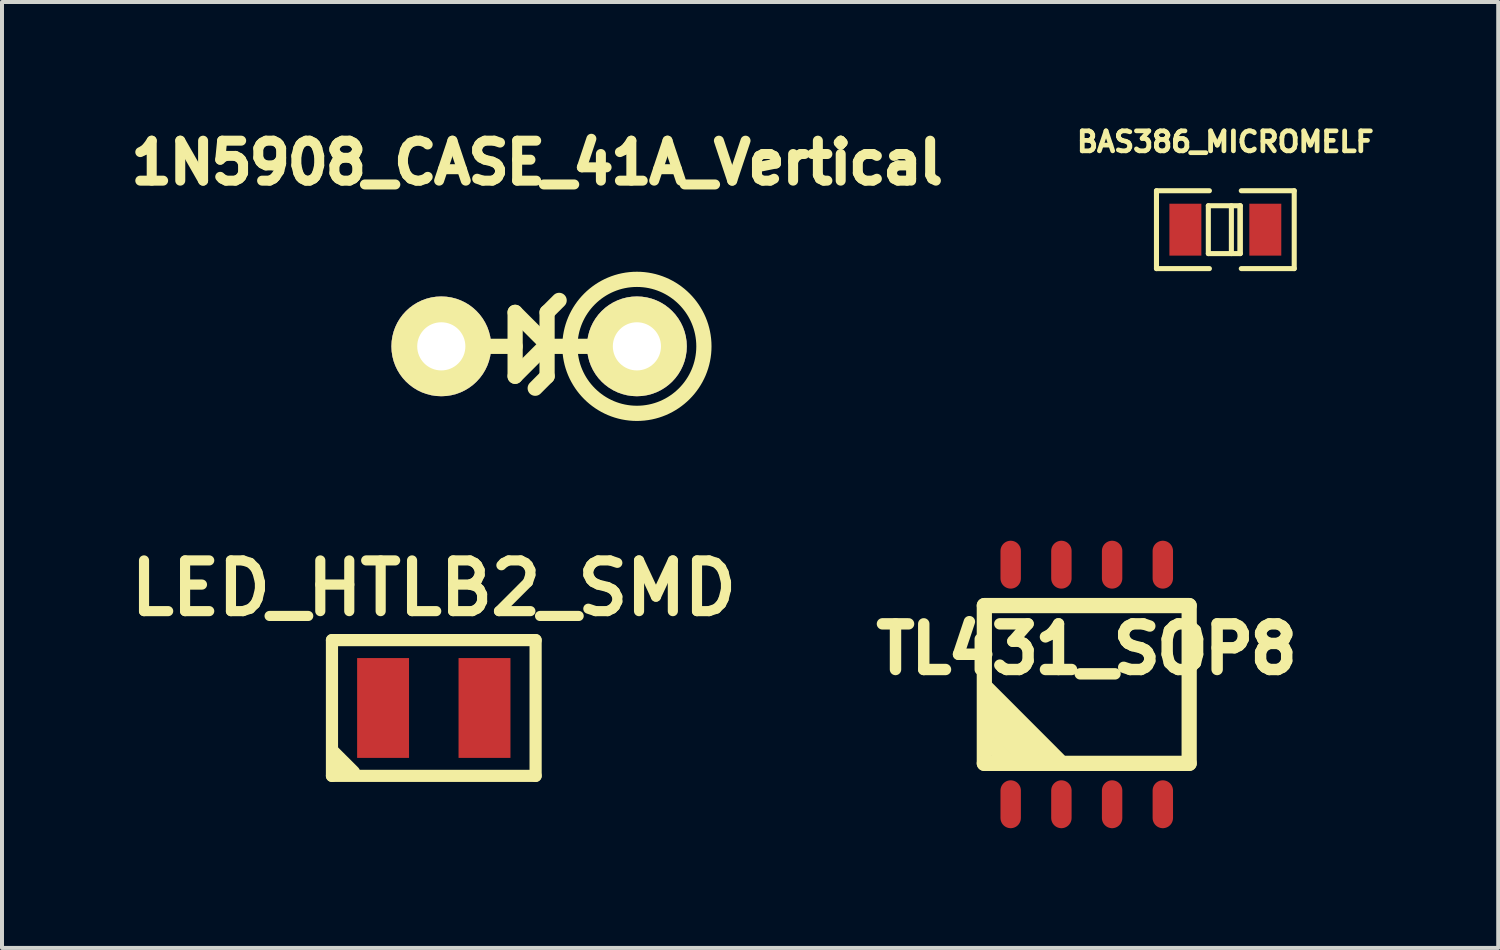
<source format=kicad_pcb>
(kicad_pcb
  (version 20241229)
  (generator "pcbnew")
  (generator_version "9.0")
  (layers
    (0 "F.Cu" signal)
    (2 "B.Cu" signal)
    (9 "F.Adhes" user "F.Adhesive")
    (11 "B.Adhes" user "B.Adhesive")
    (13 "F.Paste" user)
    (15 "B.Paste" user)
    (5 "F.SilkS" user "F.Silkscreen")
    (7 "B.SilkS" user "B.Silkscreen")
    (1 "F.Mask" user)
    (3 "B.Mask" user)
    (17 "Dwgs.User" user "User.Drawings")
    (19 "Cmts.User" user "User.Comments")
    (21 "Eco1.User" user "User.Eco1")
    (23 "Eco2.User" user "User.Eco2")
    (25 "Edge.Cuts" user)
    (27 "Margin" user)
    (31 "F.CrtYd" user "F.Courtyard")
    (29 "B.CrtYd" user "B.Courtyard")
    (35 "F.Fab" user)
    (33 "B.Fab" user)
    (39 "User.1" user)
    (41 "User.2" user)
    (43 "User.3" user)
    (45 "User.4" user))
  (footprint "LED_HTLB2_SMD"
    (layer "F.Cu")
    (at 7.814 14.681)
    (property "Reference" "LED_HTLB2_SMD" (at 0 -3 0) (layer "F.SilkS") (effects (font (size 1.27 1.27) (thickness 0.254))))
    (attr through_hole)
    (fp_line (start -2.55 -1.7) (end -2.55 1.7) (stroke (width 0.305) (type solid)) (layer "F.SilkS"))
    (fp_line (start -2.55 1.7) (end 2.55 1.7) (stroke (width 0.305) (type solid)) (layer "F.SilkS"))
    (fp_line (start -2.5 1.1) (end -2 1.6) (stroke (width 0.305) (type solid)) (layer "F.SilkS"))
    (fp_line (start -2.5 1.4) (end -2.3 1.6) (stroke (width 0.305) (type solid)) (layer "F.SilkS"))
    (fp_line (start 2.55 -1.7) (end -2.55 -1.7) (stroke (width 0.305) (type solid)) (layer "F.SilkS"))
    (fp_line (start 2.55 1.7) (end 2.55 -1.7) (stroke (width 0.305) (type solid)) (layer "F.SilkS"))
    (pad "1" smd rect (at -1.27 0) (size 1.3 2.5) (layers "F.Cu" "F.Mask" "F.Paste"))
    (pad "2" smd rect (at 1.27 0) (size 1.3 2.5) (layers "F.Cu" "F.Mask" "F.Paste")))
  (footprint "1N5908_CASE_41A_Vertical"
    (layer "F.Cu")
    (at 10.402 5.624)
    (property "Reference" "1N5908_CASE_41A_Vertical" (at 0 -4.6 0) (layer "F.SilkS") (effects (font (size 1.001 1.001) (thickness 0.251))))
    (attr through_hole)
    (fp_line (start -0.65 0) (end -2.4 0) (stroke (width 0.381) (type solid)) (layer "F.SilkS"))
    (fp_line (start -0.551 -0.851) (end 0.249 -0.051) (stroke (width 0.381) (type solid)) (layer "F.SilkS"))
    (fp_line (start -0.551 0) (end -0.551 -0.851) (stroke (width 0.381) (type solid)) (layer "F.SilkS"))
    (fp_line (start -0.551 0.749) (end -0.551 0) (stroke (width 0.381) (type solid)) (layer "F.SilkS"))
    (fp_line (start 0.249 -0.851) (end 0.249 0.749) (stroke (width 0.381) (type solid)) (layer "F.SilkS"))
    (fp_line (start 0.249 -0.051) (end -0.551 0.749) (stroke (width 0.381) (type solid)) (layer "F.SilkS"))
    (fp_line (start 0.249 0) (end 2.499 0) (stroke (width 0.381) (type solid)) (layer "F.SilkS"))
    (fp_line (start 0.251 0.749) (end -0.048 1.049) (stroke (width 0.381) (type solid)) (layer "F.SilkS"))
    (fp_line (start 0.551 -1.151) (end 0.251 -0.851) (stroke (width 0.381) (type solid)) (layer "F.SilkS"))
    (fp_circle (center 2.499 0) (end 3.249 1.501) (stroke (width 0.381) (type solid)) (fill no) (layer "F.SilkS"))
    (pad "1" thru_hole circle (at -2.4 0) (size 2.499 2.499) (drill 1.206) (layers "*.Cu" "*.Mask" "F.SilkS"))
    (pad "2" thru_hole circle (at 2.499 0) (size 2.499 2.499) (drill 1.206) (layers "*.Cu" "*.Mask" "F.SilkS")))
  (footprint "BAS386_MICROMELF"
    (layer "F.Cu")
    (at 27.638 2.702)
    (property "Reference" "BAS386_MICROMELF" (at 0 -2.2 0) (layer "F.SilkS") (effects (font (size 0.5 0.5) (thickness 0.119))))
    (attr through_hole)
    (fp_line (start -1.725 -0.975) (end -1.725 0.975) (stroke (width 0.127) (type solid)) (layer "F.SilkS"))
    (fp_line (start -1.725 -0.975) (end -0.399 -0.975) (stroke (width 0.127) (type solid)) (layer "F.SilkS"))
    (fp_line (start -1.725 0.975) (end -0.399 0.975) (stroke (width 0.127) (type solid)) (layer "F.SilkS"))
    (fp_line (start -0.426 -0.599) (end -0.426 0.599) (stroke (width 0.127) (type solid)) (layer "F.SilkS"))
    (fp_line (start -0.426 0.599) (end 0.374 0.599) (stroke (width 0.127) (type solid)) (layer "F.SilkS"))
    (fp_line (start 0.151 -0.599) (end 0.151 0.599) (stroke (width 0.127) (type solid)) (layer "F.SilkS"))
    (fp_line (start 0.367 -0.597) (end 0.367 0.597) (stroke (width 0.127) (type solid)) (layer "F.SilkS"))
    (fp_line (start 0.374 -0.599) (end -0.426 -0.599) (stroke (width 0.127) (type solid)) (layer "F.SilkS"))
    (fp_line (start 0.374 0.599) (end 0.374 -0.599) (stroke (width 0.127) (type solid)) (layer "F.SilkS"))
    (fp_line (start 1.725 -0.975) (end 0.399 -0.975) (stroke (width 0.127) (type solid)) (layer "F.SilkS"))
    (fp_line (start 1.725 -0.975) (end 1.725 0.975) (stroke (width 0.127) (type solid)) (layer "F.SilkS"))
    (fp_line (start 1.725 0.975) (end 0.399 0.975) (stroke (width 0.127) (type solid)) (layer "F.SilkS"))
    (pad "1" smd rect (at -1.001 0) (size 0.8 1.3) (layers "F.Cu" "F.Mask" "F.Paste"))
    (pad "2" smd rect (at 1.001 0) (size 0.8 1.3) (layers "F.Cu" "F.Mask" "F.Paste")))
  (footprint "TL431_SOP8"
    (layer "F.Cu")
    (at 24.167 14.092)
    (property "Reference" "TL431_SOP8" (at 0 -0.889 0) (layer "F.SilkS") (effects (font (size 1.143 1.143) (thickness 0.287))))
    (attr smd)
    (fp_line (start -2.565 -1.976) (end -2.565 1.976) (stroke (width 0.381) (type solid)) (layer "F.SilkS"))
    (fp_line (start -2.565 1.976) (end 2.565 1.976) (stroke (width 0.381) (type solid)) (layer "F.SilkS"))
    (fp_line (start -2.499 0.099) (end -0.701 1.9) (stroke (width 0.381) (type solid)) (layer "F.SilkS"))
    (fp_line (start -2.499 0.399) (end -1.001 1.9) (stroke (width 0.381) (type solid)) (layer "F.SilkS"))
    (fp_line (start -2.499 0.701) (end -1.4 1.801) (stroke (width 0.381) (type solid)) (layer "F.SilkS"))
    (fp_line (start -2.499 1.1) (end -1.699 1.9) (stroke (width 0.381) (type solid)) (layer "F.SilkS"))
    (fp_line (start -2.499 1.4) (end -1.999 1.9) (stroke (width 0.381) (type solid)) (layer "F.SilkS"))
    (fp_line (start 2.565 -1.976) (end -2.565 -1.976) (stroke (width 0.381) (type solid)) (layer "F.SilkS"))
    (fp_line (start 2.565 1.976) (end 2.565 -1.976) (stroke (width 0.381) (type solid)) (layer "F.SilkS"))
    (pad "A" smd oval (at -0.635 -3) (size 0.511 1.199) (layers "F.Cu" "F.Mask" "F.Paste"))
    (pad "A" smd oval (at -0.635 3) (size 0.511 1.199) (layers "F.Cu" "F.Mask" "F.Paste"))
    (pad "A" smd oval (at 0.635 -3) (size 0.511 1.199) (layers "F.Cu" "F.Mask" "F.Paste"))
    (pad "A" smd oval (at 0.635 3) (size 0.511 1.199) (layers "F.Cu" "F.Mask" "F.Paste"))
    (pad "C" smd oval (at -1.905 3) (size 0.511 1.199) (layers "F.Cu" "F.Mask" "F.Paste"))
    (pad "NC" smd oval (at 1.905 -3) (size 0.511 1.199) (layers "F.Cu" "F.Mask" "F.Paste"))
    (pad "NC" smd oval (at 1.905 3) (size 0.511 1.199) (layers "F.Cu" "F.Mask" "F.Paste"))
    (pad "R" smd oval (at -1.905 -3) (size 0.511 1.199) (layers "F.Cu" "F.Mask" "F.Paste")))
  (gr_rect
    (start -3 -3)
    (end 34.472 20.691)
    (stroke (width 0.1) (type default))
    (fill no)
    (layer "Edge.Cuts")))
</source>
